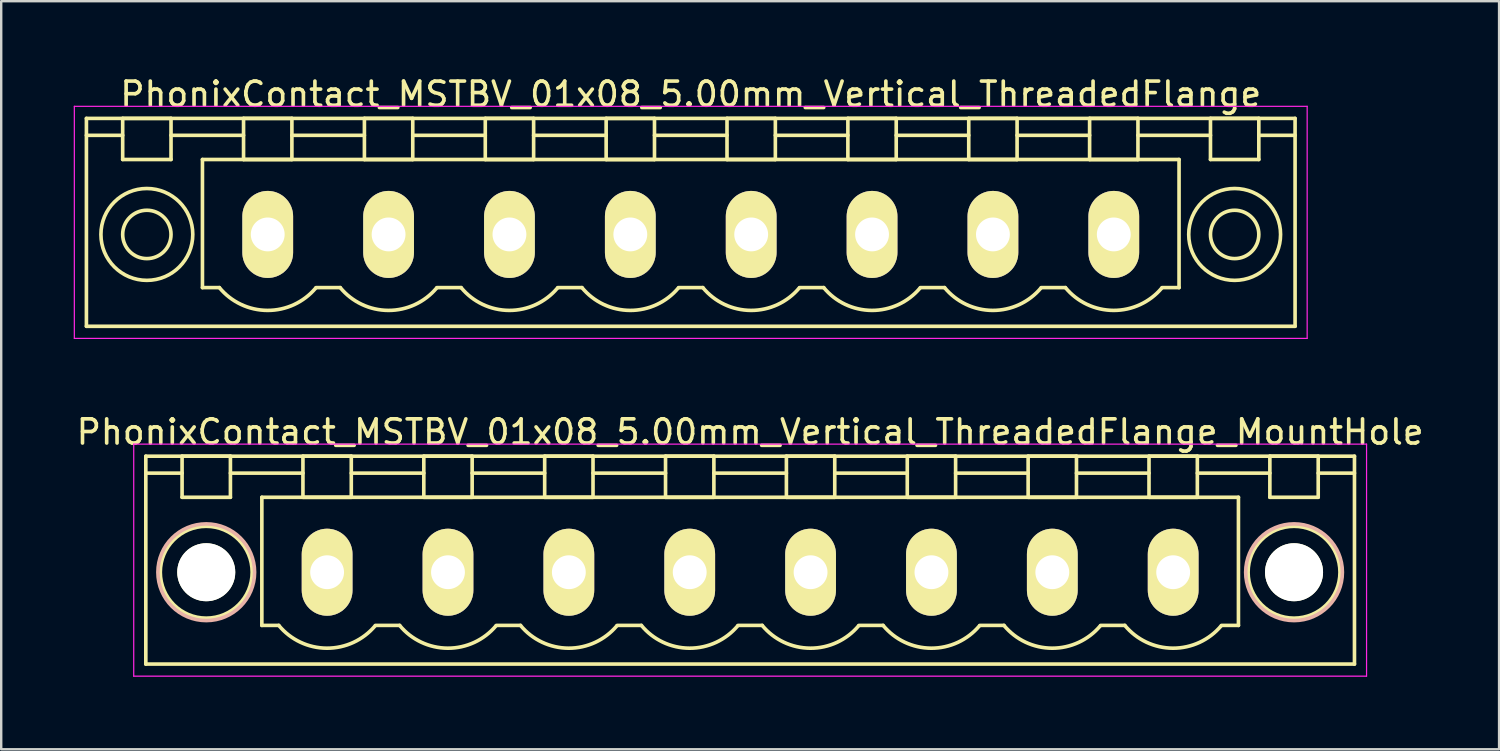
<source format=kicad_pcb>
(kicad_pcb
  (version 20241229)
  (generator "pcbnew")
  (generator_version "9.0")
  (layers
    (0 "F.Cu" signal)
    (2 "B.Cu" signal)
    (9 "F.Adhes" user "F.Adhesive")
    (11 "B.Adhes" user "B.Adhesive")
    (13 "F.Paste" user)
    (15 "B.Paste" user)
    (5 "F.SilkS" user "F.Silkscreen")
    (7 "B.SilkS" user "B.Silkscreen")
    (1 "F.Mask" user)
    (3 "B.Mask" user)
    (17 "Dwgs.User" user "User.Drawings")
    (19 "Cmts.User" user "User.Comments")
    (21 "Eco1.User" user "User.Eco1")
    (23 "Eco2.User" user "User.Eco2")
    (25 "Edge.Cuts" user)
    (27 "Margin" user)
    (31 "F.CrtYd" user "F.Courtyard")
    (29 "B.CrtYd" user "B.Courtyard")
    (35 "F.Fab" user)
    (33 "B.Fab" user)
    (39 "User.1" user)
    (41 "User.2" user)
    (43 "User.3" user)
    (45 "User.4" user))
  (footprint "PhonixContact_MSTBV_01x08_5.00mm_Vertical_ThreadedFlange_MountHole"
    (layer "F.Cu")
    (at 10.482 20.622)
    (property "Reference" "PhonixContact_MSTBV_01x08_5.00mm_Vertical_ThreadedFlange_MountHole" (at 17.5 -5.8 0) (layer "F.SilkS") (effects (font (size 1 1) (thickness 0.15))))
    (attr through_hole)
    (fp_line (start -7.5 -4.8) (end -7.5 3.8) (stroke (width 0.15) (type solid)) (layer "F.SilkS"))
    (fp_line (start -7.5 -4.1) (end -6 -4.1) (stroke (width 0.15) (type solid)) (layer "F.SilkS"))
    (fp_line (start -7.5 3.8) (end 42.5 3.8) (stroke (width 0.15) (type solid)) (layer "F.SilkS"))
    (fp_line (start -6 -4.8) (end -4 -4.8) (stroke (width 0.15) (type solid)) (layer "F.SilkS"))
    (fp_line (start -6 -3.1) (end -6 -4.8) (stroke (width 0.15) (type solid)) (layer "F.SilkS"))
    (fp_line (start -4 -4.8) (end -4 -3.1) (stroke (width 0.15) (type solid)) (layer "F.SilkS"))
    (fp_line (start -4 -4.1) (end -1 -4.1) (stroke (width 0.15) (type solid)) (layer "F.SilkS"))
    (fp_line (start -4 -3.1) (end -6 -3.1) (stroke (width 0.15) (type solid)) (layer "F.SilkS"))
    (fp_line (start -2.7 -3.1) (end 37.7 -3.1) (stroke (width 0.15) (type solid)) (layer "F.SilkS"))
    (fp_line (start -2.7 2.2) (end -2.7 -3.1) (stroke (width 0.15) (type solid)) (layer "F.SilkS"))
    (fp_line (start -2 2.2) (end -2.7 2.2) (stroke (width 0.15) (type solid)) (layer "F.SilkS"))
    (fp_line (start -1 -4.8) (end 1 -4.8) (stroke (width 0.15) (type solid)) (layer "F.SilkS"))
    (fp_line (start -1 -3.1) (end -1 -4.8) (stroke (width 0.15) (type solid)) (layer "F.SilkS"))
    (fp_line (start 1 -4.8) (end 1 -3.1) (stroke (width 0.15) (type solid)) (layer "F.SilkS"))
    (fp_line (start 1 -4.1) (end 4 -4.1) (stroke (width 0.15) (type solid)) (layer "F.SilkS"))
    (fp_line (start 1 -3.1) (end -1 -3.1) (stroke (width 0.15) (type solid)) (layer "F.SilkS"))
    (fp_line (start 2 2.2) (end 3 2.2) (stroke (width 0.15) (type solid)) (layer "F.SilkS"))
    (fp_line (start 4 -4.8) (end 6 -4.8) (stroke (width 0.15) (type solid)) (layer "F.SilkS"))
    (fp_line (start 4 -3.1) (end 4 -4.8) (stroke (width 0.15) (type solid)) (layer "F.SilkS"))
    (fp_line (start 6 -4.8) (end 6 -3.1) (stroke (width 0.15) (type solid)) (layer "F.SilkS"))
    (fp_line (start 6 -4.1) (end 9 -4.1) (stroke (width 0.15) (type solid)) (layer "F.SilkS"))
    (fp_line (start 6 -3.1) (end 4 -3.1) (stroke (width 0.15) (type solid)) (layer "F.SilkS"))
    (fp_line (start 7 2.2) (end 8 2.2) (stroke (width 0.15) (type solid)) (layer "F.SilkS"))
    (fp_line (start 9 -4.8) (end 11 -4.8) (stroke (width 0.15) (type solid)) (layer "F.SilkS"))
    (fp_line (start 9 -3.1) (end 9 -4.8) (stroke (width 0.15) (type solid)) (layer "F.SilkS"))
    (fp_line (start 11 -4.8) (end 11 -3.1) (stroke (width 0.15) (type solid)) (layer "F.SilkS"))
    (fp_line (start 11 -4.1) (end 14 -4.1) (stroke (width 0.15) (type solid)) (layer "F.SilkS"))
    (fp_line (start 11 -3.1) (end 9 -3.1) (stroke (width 0.15) (type solid)) (layer "F.SilkS"))
    (fp_line (start 12 2.2) (end 13 2.2) (stroke (width 0.15) (type solid)) (layer "F.SilkS"))
    (fp_line (start 14 -4.8) (end 16 -4.8) (stroke (width 0.15) (type solid)) (layer "F.SilkS"))
    (fp_line (start 14 -3.1) (end 14 -4.8) (stroke (width 0.15) (type solid)) (layer "F.SilkS"))
    (fp_line (start 16 -4.8) (end 16 -3.1) (stroke (width 0.15) (type solid)) (layer "F.SilkS"))
    (fp_line (start 16 -4.1) (end 19 -4.1) (stroke (width 0.15) (type solid)) (layer "F.SilkS"))
    (fp_line (start 16 -3.1) (end 14 -3.1) (stroke (width 0.15) (type solid)) (layer "F.SilkS"))
    (fp_line (start 17 2.2) (end 18 2.2) (stroke (width 0.15) (type solid)) (layer "F.SilkS"))
    (fp_line (start 19 -4.8) (end 21 -4.8) (stroke (width 0.15) (type solid)) (layer "F.SilkS"))
    (fp_line (start 19 -3.1) (end 19 -4.8) (stroke (width 0.15) (type solid)) (layer "F.SilkS"))
    (fp_line (start 21 -4.8) (end 21 -3.1) (stroke (width 0.15) (type solid)) (layer "F.SilkS"))
    (fp_line (start 21 -4.1) (end 24 -4.1) (stroke (width 0.15) (type solid)) (layer "F.SilkS"))
    (fp_line (start 21 -3.1) (end 19 -3.1) (stroke (width 0.15) (type solid)) (layer "F.SilkS"))
    (fp_line (start 22 2.2) (end 23 2.2) (stroke (width 0.15) (type solid)) (layer "F.SilkS"))
    (fp_line (start 24 -4.8) (end 26 -4.8) (stroke (width 0.15) (type solid)) (layer "F.SilkS"))
    (fp_line (start 24 -3.1) (end 24 -4.8) (stroke (width 0.15) (type solid)) (layer "F.SilkS"))
    (fp_line (start 26 -4.8) (end 26 -3.1) (stroke (width 0.15) (type solid)) (layer "F.SilkS"))
    (fp_line (start 26 -4.1) (end 29 -4.1) (stroke (width 0.15) (type solid)) (layer "F.SilkS"))
    (fp_line (start 26 -3.1) (end 24 -3.1) (stroke (width 0.15) (type solid)) (layer "F.SilkS"))
    (fp_line (start 27 2.2) (end 28 2.2) (stroke (width 0.15) (type solid)) (layer "F.SilkS"))
    (fp_line (start 29 -4.8) (end 31 -4.8) (stroke (width 0.15) (type solid)) (layer "F.SilkS"))
    (fp_line (start 29 -3.1) (end 29 -4.8) (stroke (width 0.15) (type solid)) (layer "F.SilkS"))
    (fp_line (start 31 -4.8) (end 31 -3.1) (stroke (width 0.15) (type solid)) (layer "F.SilkS"))
    (fp_line (start 31 -4.1) (end 34 -4.1) (stroke (width 0.15) (type solid)) (layer "F.SilkS"))
    (fp_line (start 31 -3.1) (end 29 -3.1) (stroke (width 0.15) (type solid)) (layer "F.SilkS"))
    (fp_line (start 32 2.2) (end 33 2.2) (stroke (width 0.15) (type solid)) (layer "F.SilkS"))
    (fp_line (start 34 -4.8) (end 36 -4.8) (stroke (width 0.15) (type solid)) (layer "F.SilkS"))
    (fp_line (start 34 -3.1) (end 34 -4.8) (stroke (width 0.15) (type solid)) (layer "F.SilkS"))
    (fp_line (start 36 -4.8) (end 36 -3.1) (stroke (width 0.15) (type solid)) (layer "F.SilkS"))
    (fp_line (start 36 -4.1) (end 39 -4.1) (stroke (width 0.15) (type solid)) (layer "F.SilkS"))
    (fp_line (start 36 -3.1) (end 34 -3.1) (stroke (width 0.15) (type solid)) (layer "F.SilkS"))
    (fp_line (start 37.7 -3.1) (end 37.7 2.2) (stroke (width 0.15) (type solid)) (layer "F.SilkS"))
    (fp_line (start 37.7 2.2) (end 37 2.2) (stroke (width 0.15) (type solid)) (layer "F.SilkS"))
    (fp_line (start 39 -4.8) (end 41 -4.8) (stroke (width 0.15) (type solid)) (layer "F.SilkS"))
    (fp_line (start 39 -3.1) (end 39 -4.8) (stroke (width 0.15) (type solid)) (layer "F.SilkS"))
    (fp_line (start 41 -4.8) (end 41 -3.1) (stroke (width 0.15) (type solid)) (layer "F.SilkS"))
    (fp_line (start 41 -3.1) (end 39 -3.1) (stroke (width 0.15) (type solid)) (layer "F.SilkS"))
    (fp_line (start 42.5 -4.8) (end -7.5 -4.8) (stroke (width 0.15) (type solid)) (layer "F.SilkS"))
    (fp_line (start 42.5 -4.1) (end 41 -4.1) (stroke (width 0.15) (type solid)) (layer "F.SilkS"))
    (fp_line (start 42.5 3.8) (end 42.5 -4.8) (stroke (width 0.15) (type solid)) (layer "F.SilkS"))
    (fp_arc (start 1.986842 2.215821) (mid -0.010289 3.142758) (end -2 2.2) (stroke (width 0.15) (type solid)) (layer "F.SilkS"))
    (fp_arc (start 6.986842 2.215821) (mid 4.989711 3.142758) (end 3 2.2) (stroke (width 0.15) (type solid)) (layer "F.SilkS"))
    (fp_arc (start 11.986842 2.215821) (mid 9.989711 3.142758) (end 8 2.2) (stroke (width 0.15) (type solid)) (layer "F.SilkS"))
    (fp_arc (start 16.986842 2.215821) (mid 14.989711 3.142758) (end 13 2.2) (stroke (width 0.15) (type solid)) (layer "F.SilkS"))
    (fp_arc (start 21.986842 2.215821) (mid 19.989711 3.142758) (end 18 2.2) (stroke (width 0.15) (type solid)) (layer "F.SilkS"))
    (fp_arc (start 26.986842 2.215821) (mid 24.989711 3.142758) (end 23 2.2) (stroke (width 0.15) (type solid)) (layer "F.SilkS"))
    (fp_arc (start 31.986842 2.215821) (mid 29.989711 3.142758) (end 28 2.2) (stroke (width 0.15) (type solid)) (layer "F.SilkS"))
    (fp_arc (start 36.986842 2.215821) (mid 34.989711 3.142758) (end 33 2.2) (stroke (width 0.15) (type solid)) (layer "F.SilkS"))
    (fp_circle (center -5 0) (end -4 0) (stroke (width 0.15) (type solid)) (fill no) (layer "F.SilkS"))
    (fp_circle (center -5 0) (end -3.1 0) (stroke (width 0.15) (type solid)) (fill no) (layer "F.SilkS"))
    (fp_circle (center 40 0) (end 41 0) (stroke (width 0.15) (type solid)) (fill no) (layer "F.SilkS"))
    (fp_circle (center 40 0) (end 41.9 0) (stroke (width 0.15) (type solid)) (fill no) (layer "F.SilkS"))
    (fp_circle (center -5 0) (end -3 0) (stroke (width 0.15) (type solid)) (fill no) (layer "B.SilkS"))
    (fp_circle (center 40 0) (end 42 0) (stroke (width 0.15) (type solid)) (fill no) (layer "B.SilkS"))
    (fp_line (start -8 -5.3) (end -8 4.3) (stroke (width 0.05) (type solid)) (layer "F.CrtYd"))
    (fp_line (start -8 4.3) (end 43 4.3) (stroke (width 0.05) (type solid)) (layer "F.CrtYd"))
    (fp_line (start 43 -5.3) (end -8 -5.3) (stroke (width 0.05) (type solid)) (layer "F.CrtYd"))
    (fp_line (start 43 4.3) (end 43 -5.3) (stroke (width 0.05) (type solid)) (layer "F.CrtYd"))
    (pad "" np_thru_hole circle (at -5 0) (size 2.4 2.4) (drill 2.4) (layers "*.Cu" "*.Mask" "F.SilkS"))
    (pad "" np_thru_hole circle (at 40 0) (size 2.4 2.4) (drill 2.4) (layers "*.Cu" "*.Mask" "F.SilkS"))
    (pad "1" thru_hole oval (at 0 0) (size 2.1 3.6) (drill 1.4) (layers "*.Cu" "*.Mask" "F.SilkS"))
    (pad "2" thru_hole oval (at 5 0) (size 2.1 3.6) (drill 1.4) (layers "*.Cu" "*.Mask" "F.SilkS"))
    (pad "3" thru_hole oval (at 10 0) (size 2.1 3.6) (drill 1.4) (layers "*.Cu" "*.Mask" "F.SilkS"))
    (pad "4" thru_hole oval (at 15 0) (size 2.1 3.6) (drill 1.4) (layers "*.Cu" "*.Mask" "F.SilkS"))
    (pad "5" thru_hole oval (at 20 0) (size 2.1 3.6) (drill 1.4) (layers "*.Cu" "*.Mask" "F.SilkS"))
    (pad "6" thru_hole oval (at 25 0) (size 2.1 3.6) (drill 1.4) (layers "*.Cu" "*.Mask" "F.SilkS"))
    (pad "7" thru_hole oval (at 30 0) (size 2.1 3.6) (drill 1.4) (layers "*.Cu" "*.Mask" "F.SilkS"))
    (pad "8" thru_hole oval (at 35 0) (size 2.1 3.6) (drill 1.4) (layers "*.Cu" "*.Mask" "F.SilkS")))
  (footprint "PhonixContact_MSTBV_01x08_5.00mm_Vertical_ThreadedFlange"
    (layer "F.Cu")
    (at 8.025 6.648)
    (property "Reference" "PhonixContact_MSTBV_01x08_5.00mm_Vertical_ThreadedFlange" (at 17.5 -5.8 0) (layer "F.SilkS") (effects (font (size 1 1) (thickness 0.15))))
    (attr through_hole)
    (fp_line (start -7.5 -4.8) (end -7.5 3.8) (stroke (width 0.15) (type solid)) (layer "F.SilkS"))
    (fp_line (start -7.5 -4.1) (end -6 -4.1) (stroke (width 0.15) (type solid)) (layer "F.SilkS"))
    (fp_line (start -7.5 3.8) (end 42.5 3.8) (stroke (width 0.15) (type solid)) (layer "F.SilkS"))
    (fp_line (start -6 -4.8) (end -4 -4.8) (stroke (width 0.15) (type solid)) (layer "F.SilkS"))
    (fp_line (start -6 -3.1) (end -6 -4.8) (stroke (width 0.15) (type solid)) (layer "F.SilkS"))
    (fp_line (start -4 -4.8) (end -4 -3.1) (stroke (width 0.15) (type solid)) (layer "F.SilkS"))
    (fp_line (start -4 -4.1) (end -1 -4.1) (stroke (width 0.15) (type solid)) (layer "F.SilkS"))
    (fp_line (start -4 -3.1) (end -6 -3.1) (stroke (width 0.15) (type solid)) (layer "F.SilkS"))
    (fp_line (start -2.7 -3.1) (end 37.7 -3.1) (stroke (width 0.15) (type solid)) (layer "F.SilkS"))
    (fp_line (start -2.7 2.2) (end -2.7 -3.1) (stroke (width 0.15) (type solid)) (layer "F.SilkS"))
    (fp_line (start -2 2.2) (end -2.7 2.2) (stroke (width 0.15) (type solid)) (layer "F.SilkS"))
    (fp_line (start -1 -4.8) (end 1 -4.8) (stroke (width 0.15) (type solid)) (layer "F.SilkS"))
    (fp_line (start -1 -3.1) (end -1 -4.8) (stroke (width 0.15) (type solid)) (layer "F.SilkS"))
    (fp_line (start 1 -4.8) (end 1 -3.1) (stroke (width 0.15) (type solid)) (layer "F.SilkS"))
    (fp_line (start 1 -4.1) (end 4 -4.1) (stroke (width 0.15) (type solid)) (layer "F.SilkS"))
    (fp_line (start 1 -3.1) (end -1 -3.1) (stroke (width 0.15) (type solid)) (layer "F.SilkS"))
    (fp_line (start 2 2.2) (end 3 2.2) (stroke (width 0.15) (type solid)) (layer "F.SilkS"))
    (fp_line (start 4 -4.8) (end 6 -4.8) (stroke (width 0.15) (type solid)) (layer "F.SilkS"))
    (fp_line (start 4 -3.1) (end 4 -4.8) (stroke (width 0.15) (type solid)) (layer "F.SilkS"))
    (fp_line (start 6 -4.8) (end 6 -3.1) (stroke (width 0.15) (type solid)) (layer "F.SilkS"))
    (fp_line (start 6 -4.1) (end 9 -4.1) (stroke (width 0.15) (type solid)) (layer "F.SilkS"))
    (fp_line (start 6 -3.1) (end 4 -3.1) (stroke (width 0.15) (type solid)) (layer "F.SilkS"))
    (fp_line (start 7 2.2) (end 8 2.2) (stroke (width 0.15) (type solid)) (layer "F.SilkS"))
    (fp_line (start 9 -4.8) (end 11 -4.8) (stroke (width 0.15) (type solid)) (layer "F.SilkS"))
    (fp_line (start 9 -3.1) (end 9 -4.8) (stroke (width 0.15) (type solid)) (layer "F.SilkS"))
    (fp_line (start 11 -4.8) (end 11 -3.1) (stroke (width 0.15) (type solid)) (layer "F.SilkS"))
    (fp_line (start 11 -4.1) (end 14 -4.1) (stroke (width 0.15) (type solid)) (layer "F.SilkS"))
    (fp_line (start 11 -3.1) (end 9 -3.1) (stroke (width 0.15) (type solid)) (layer "F.SilkS"))
    (fp_line (start 12 2.2) (end 13 2.2) (stroke (width 0.15) (type solid)) (layer "F.SilkS"))
    (fp_line (start 14 -4.8) (end 16 -4.8) (stroke (width 0.15) (type solid)) (layer "F.SilkS"))
    (fp_line (start 14 -3.1) (end 14 -4.8) (stroke (width 0.15) (type solid)) (layer "F.SilkS"))
    (fp_line (start 16 -4.8) (end 16 -3.1) (stroke (width 0.15) (type solid)) (layer "F.SilkS"))
    (fp_line (start 16 -4.1) (end 19 -4.1) (stroke (width 0.15) (type solid)) (layer "F.SilkS"))
    (fp_line (start 16 -3.1) (end 14 -3.1) (stroke (width 0.15) (type solid)) (layer "F.SilkS"))
    (fp_line (start 17 2.2) (end 18 2.2) (stroke (width 0.15) (type solid)) (layer "F.SilkS"))
    (fp_line (start 19 -4.8) (end 21 -4.8) (stroke (width 0.15) (type solid)) (layer "F.SilkS"))
    (fp_line (start 19 -3.1) (end 19 -4.8) (stroke (width 0.15) (type solid)) (layer "F.SilkS"))
    (fp_line (start 21 -4.8) (end 21 -3.1) (stroke (width 0.15) (type solid)) (layer "F.SilkS"))
    (fp_line (start 21 -4.1) (end 24 -4.1) (stroke (width 0.15) (type solid)) (layer "F.SilkS"))
    (fp_line (start 21 -3.1) (end 19 -3.1) (stroke (width 0.15) (type solid)) (layer "F.SilkS"))
    (fp_line (start 22 2.2) (end 23 2.2) (stroke (width 0.15) (type solid)) (layer "F.SilkS"))
    (fp_line (start 24 -4.8) (end 26 -4.8) (stroke (width 0.15) (type solid)) (layer "F.SilkS"))
    (fp_line (start 24 -3.1) (end 24 -4.8) (stroke (width 0.15) (type solid)) (layer "F.SilkS"))
    (fp_line (start 26 -4.8) (end 26 -3.1) (stroke (width 0.15) (type solid)) (layer "F.SilkS"))
    (fp_line (start 26 -4.1) (end 29 -4.1) (stroke (width 0.15) (type solid)) (layer "F.SilkS"))
    (fp_line (start 26 -3.1) (end 24 -3.1) (stroke (width 0.15) (type solid)) (layer "F.SilkS"))
    (fp_line (start 27 2.2) (end 28 2.2) (stroke (width 0.15) (type solid)) (layer "F.SilkS"))
    (fp_line (start 29 -4.8) (end 31 -4.8) (stroke (width 0.15) (type solid)) (layer "F.SilkS"))
    (fp_line (start 29 -3.1) (end 29 -4.8) (stroke (width 0.15) (type solid)) (layer "F.SilkS"))
    (fp_line (start 31 -4.8) (end 31 -3.1) (stroke (width 0.15) (type solid)) (layer "F.SilkS"))
    (fp_line (start 31 -4.1) (end 34 -4.1) (stroke (width 0.15) (type solid)) (layer "F.SilkS"))
    (fp_line (start 31 -3.1) (end 29 -3.1) (stroke (width 0.15) (type solid)) (layer "F.SilkS"))
    (fp_line (start 32 2.2) (end 33 2.2) (stroke (width 0.15) (type solid)) (layer "F.SilkS"))
    (fp_line (start 34 -4.8) (end 36 -4.8) (stroke (width 0.15) (type solid)) (layer "F.SilkS"))
    (fp_line (start 34 -3.1) (end 34 -4.8) (stroke (width 0.15) (type solid)) (layer "F.SilkS"))
    (fp_line (start 36 -4.8) (end 36 -3.1) (stroke (width 0.15) (type solid)) (layer "F.SilkS"))
    (fp_line (start 36 -4.1) (end 39 -4.1) (stroke (width 0.15) (type solid)) (layer "F.SilkS"))
    (fp_line (start 36 -3.1) (end 34 -3.1) (stroke (width 0.15) (type solid)) (layer "F.SilkS"))
    (fp_line (start 37.7 -3.1) (end 37.7 2.2) (stroke (width 0.15) (type solid)) (layer "F.SilkS"))
    (fp_line (start 37.7 2.2) (end 37 2.2) (stroke (width 0.15) (type solid)) (layer "F.SilkS"))
    (fp_line (start 39 -4.8) (end 41 -4.8) (stroke (width 0.15) (type solid)) (layer "F.SilkS"))
    (fp_line (start 39 -3.1) (end 39 -4.8) (stroke (width 0.15) (type solid)) (layer "F.SilkS"))
    (fp_line (start 41 -4.8) (end 41 -3.1) (stroke (width 0.15) (type solid)) (layer "F.SilkS"))
    (fp_line (start 41 -3.1) (end 39 -3.1) (stroke (width 0.15) (type solid)) (layer "F.SilkS"))
    (fp_line (start 42.5 -4.8) (end -7.5 -4.8) (stroke (width 0.15) (type solid)) (layer "F.SilkS"))
    (fp_line (start 42.5 -4.1) (end 41 -4.1) (stroke (width 0.15) (type solid)) (layer "F.SilkS"))
    (fp_line (start 42.5 3.8) (end 42.5 -4.8) (stroke (width 0.15) (type solid)) (layer "F.SilkS"))
    (fp_arc (start 1.986842 2.215821) (mid -0.010289 3.142758) (end -2 2.2) (stroke (width 0.15) (type solid)) (layer "F.SilkS"))
    (fp_arc (start 6.986842 2.215821) (mid 4.989711 3.142758) (end 3 2.2) (stroke (width 0.15) (type solid)) (layer "F.SilkS"))
    (fp_arc (start 11.986842 2.215821) (mid 9.989711 3.142758) (end 8 2.2) (stroke (width 0.15) (type solid)) (layer "F.SilkS"))
    (fp_arc (start 16.986842 2.215821) (mid 14.989711 3.142758) (end 13 2.2) (stroke (width 0.15) (type solid)) (layer "F.SilkS"))
    (fp_arc (start 21.986842 2.215821) (mid 19.989711 3.142758) (end 18 2.2) (stroke (width 0.15) (type solid)) (layer "F.SilkS"))
    (fp_arc (start 26.986842 2.215821) (mid 24.989711 3.142758) (end 23 2.2) (stroke (width 0.15) (type solid)) (layer "F.SilkS"))
    (fp_arc (start 31.986842 2.215821) (mid 29.989711 3.142758) (end 28 2.2) (stroke (width 0.15) (type solid)) (layer "F.SilkS"))
    (fp_arc (start 36.986842 2.215821) (mid 34.989711 3.142758) (end 33 2.2) (stroke (width 0.15) (type solid)) (layer "F.SilkS"))
    (fp_circle (center -5 0) (end -4 0) (stroke (width 0.15) (type solid)) (fill no) (layer "F.SilkS"))
    (fp_circle (center -5 0) (end -3.1 0) (stroke (width 0.15) (type solid)) (fill no) (layer "F.SilkS"))
    (fp_circle (center 40 0) (end 41 0) (stroke (width 0.15) (type solid)) (fill no) (layer "F.SilkS"))
    (fp_circle (center 40 0) (end 41.9 0) (stroke (width 0.15) (type solid)) (fill no) (layer "F.SilkS"))
    (fp_line (start -8 -5.3) (end -8 4.3) (stroke (width 0.05) (type solid)) (layer "F.CrtYd"))
    (fp_line (start -8 4.3) (end 43 4.3) (stroke (width 0.05) (type solid)) (layer "F.CrtYd"))
    (fp_line (start 43 -5.3) (end -8 -5.3) (stroke (width 0.05) (type solid)) (layer "F.CrtYd"))
    (fp_line (start 43 4.3) (end 43 -5.3) (stroke (width 0.05) (type solid)) (layer "F.CrtYd"))
    (pad "1" thru_hole oval (at 0 0) (size 2.1 3.6) (drill 1.4) (layers "*.Cu" "*.Mask" "F.SilkS"))
    (pad "2" thru_hole oval (at 5 0) (size 2.1 3.6) (drill 1.4) (layers "*.Cu" "*.Mask" "F.SilkS"))
    (pad "3" thru_hole oval (at 10 0) (size 2.1 3.6) (drill 1.4) (layers "*.Cu" "*.Mask" "F.SilkS"))
    (pad "4" thru_hole oval (at 15 0) (size 2.1 3.6) (drill 1.4) (layers "*.Cu" "*.Mask" "F.SilkS"))
    (pad "5" thru_hole oval (at 20 0) (size 2.1 3.6) (drill 1.4) (layers "*.Cu" "*.Mask" "F.SilkS"))
    (pad "6" thru_hole oval (at 25 0) (size 2.1 3.6) (drill 1.4) (layers "*.Cu" "*.Mask" "F.SilkS"))
    (pad "7" thru_hole oval (at 30 0) (size 2.1 3.6) (drill 1.4) (layers "*.Cu" "*.Mask" "F.SilkS"))
    (pad "8" thru_hole oval (at 35 0) (size 2.1 3.6) (drill 1.4) (layers "*.Cu" "*.Mask" "F.SilkS")))
  (gr_rect
    (start -3 -3)
    (end 58.964 27.947)
    (stroke (width 0.1) (type default))
    (fill no)
    (layer "Edge.Cuts")))
</source>
